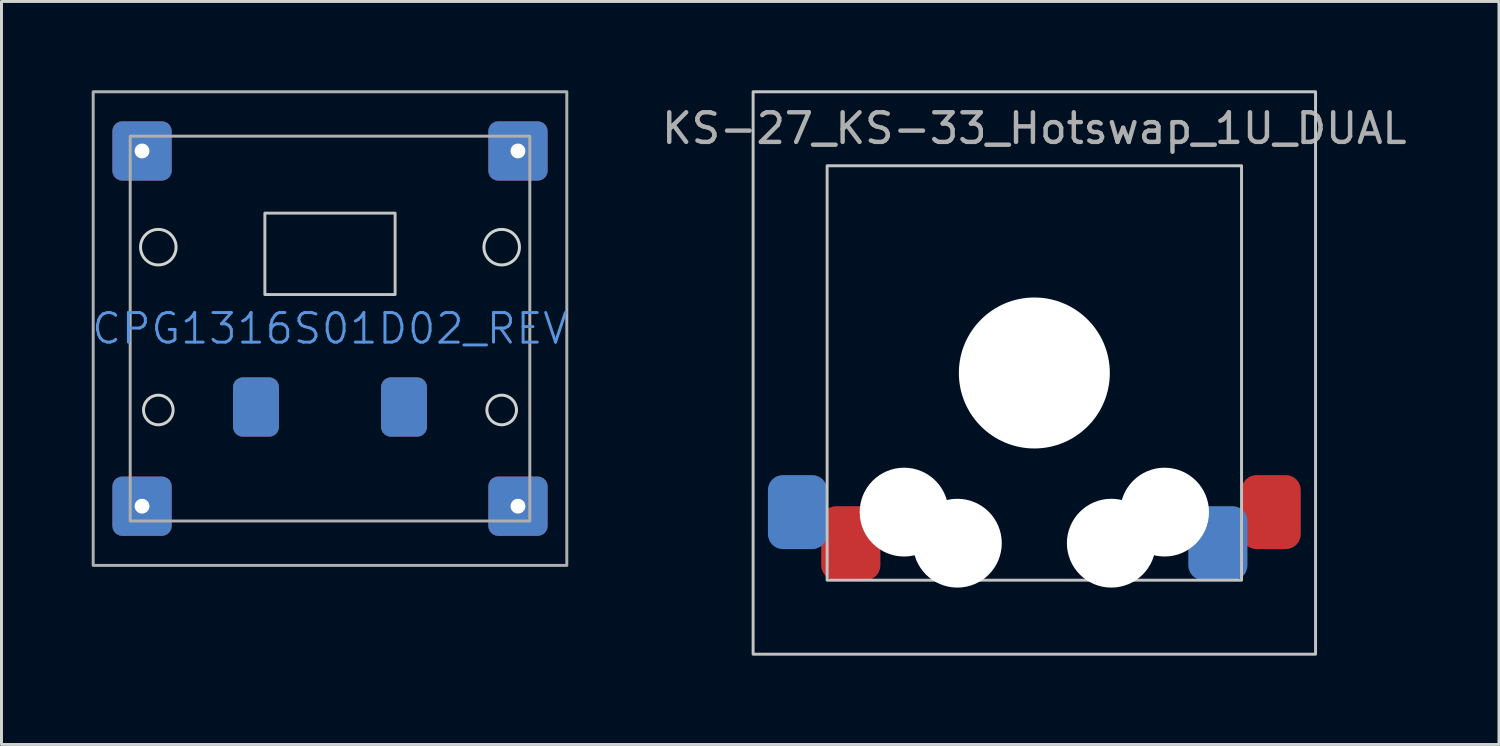
<source format=kicad_pcb>
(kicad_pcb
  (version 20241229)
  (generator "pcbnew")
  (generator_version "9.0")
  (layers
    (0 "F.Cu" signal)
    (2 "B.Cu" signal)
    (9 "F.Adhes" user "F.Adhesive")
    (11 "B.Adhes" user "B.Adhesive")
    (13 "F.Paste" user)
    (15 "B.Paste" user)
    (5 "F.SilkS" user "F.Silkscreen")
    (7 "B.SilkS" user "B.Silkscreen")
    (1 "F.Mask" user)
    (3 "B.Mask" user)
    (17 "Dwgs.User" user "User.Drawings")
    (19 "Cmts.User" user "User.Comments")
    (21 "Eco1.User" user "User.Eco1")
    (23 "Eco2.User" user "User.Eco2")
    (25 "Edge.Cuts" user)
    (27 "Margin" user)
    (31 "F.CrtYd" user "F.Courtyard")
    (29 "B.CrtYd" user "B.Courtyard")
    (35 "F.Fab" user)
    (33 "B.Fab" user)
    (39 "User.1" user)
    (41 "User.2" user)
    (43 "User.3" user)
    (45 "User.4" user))
  (footprint "CPG1316S01D02_REV"
    (layer "F.Cu")
    (at 8.098 8.05)
    (property "Reference" "CPG1316S01D02_REV" (at 0 0 0) (unlocked yes) (layer "Cmts.User") (effects (font (size 1 1) (thickness 0.1))))
    (attr smd)
    (fp_poly (pts (xy 2.2 -1.15) (xy -2.2 -1.15) (xy -2.2 -3.9) (xy 2.2 -3.9) (xy 2.2 -3.5)) (stroke (width 0.1) (type solid)) (fill no) (layer "Dwgs.User"))
    (fp_circle (center -5.8 -2.75) (end -6.4 -2.75) (stroke (width 0.1) (type default)) (fill no) (layer "Edge.Cuts"))
    (fp_circle (center -5.8 2.75) (end -5.3 2.75) (stroke (width 0.1) (type default)) (fill no) (layer "Edge.Cuts"))
    (fp_circle (center 5.8 -2.75) (end 6.4 -2.75) (stroke (width 0.1) (type default)) (fill no) (layer "Edge.Cuts"))
    (fp_circle (center 5.8 2.75) (end 5.3 2.75) (stroke (width 0.1) (type default)) (fill no) (layer "Edge.Cuts"))
    (fp_rect (start -8 8) (end 8 -8) (stroke (width 0.1) (type default)) (fill no) (layer "F.Fab"))
    (fp_rect (start -6.75 -6.5) (end 6.75 6.5) (stroke (width 0.1) (type default)) (fill no) (layer "F.Fab"))
    (pad "1" smd roundrect (at -2.5 2.65) (size 1.55 2) (layers "F.Cu" "F.Mask" "F.Paste") (roundrect_rratio 0.21))
    (pad "1" smd roundrect (at -2.5 2.65) (size 1.55 2) (layers "B.Cu" "B.Mask" "B.Paste") (roundrect_rratio 0.21))
    (pad "2" smd roundrect (at 2.5 2.65) (size 1.55 2) (layers "F.Cu" "F.Mask" "F.Paste") (roundrect_rratio 0.21))
    (pad "2" smd roundrect (at 2.5 2.65) (size 1.55 2) (layers "B.Cu" "B.Mask" "B.Paste") (roundrect_rratio 0.21))
    (pad "3" thru_hole roundrect (at -6.35 -6) (size 2 2) (drill 0.5) (layers "*.Cu" "*.Mask") (roundrect_rratio 0.163))
    (pad "3" thru_hole roundrect (at -6.35 6) (size 2 2) (drill 0.5) (layers "*.Cu" "*.Mask") (roundrect_rratio 0.163))
    (pad "3" thru_hole roundrect (at 6.35 -6) (size 2 2) (drill 0.5) (layers "*.Cu" "*.Mask") (roundrect_rratio 0.163))
    (pad "3" thru_hole roundrect (at 6.35 6) (size 2 2) (drill 0.5) (layers "*.Cu" "*.Mask") (roundrect_rratio 0.163)))
  (footprint "KS-27_KS-33_Hotswap_1U_DUAL"
    (layer "F.Cu")
    (at 31.892 9.55)
    (property "Reference" "KS-27_KS-33_Hotswap_1U_DUAL" (at 0 -8.262 0) (unlocked yes) (layer "F.Fab") (effects (font (size 1 1) (thickness 0.15))))
    (attr smd)
    (fp_rect (start -9.5 -9.5) (end 9.5 9.5) (stroke (width 0.1) (type default)) (fill no) (layer "Dwgs.User"))
    (fp_rect (start -7 -7) (end 7 7) (stroke (width 0.1) (type default)) (fill no) (layer "Dwgs.User"))
    (pad "" np_thru_hole circle (at -4.4 4.7) (size 3 3) (drill 3) (layers "*.Cu" "*.Mask"))
    (pad "" np_thru_hole circle (at -2.6 5.75) (size 3 3) (drill 3) (layers "*.Cu" "*.Mask"))
    (pad "" np_thru_hole circle (at 0 0) (size 5.1 5.1) (drill 5.1) (layers "*.Cu" "*.Mask"))
    (pad "" np_thru_hole circle (at 2.6 5.75) (size 3 3) (drill 3) (layers "*.Cu" "*.Mask"))
    (pad "" np_thru_hole circle (at 4.4 4.7) (size 3 3) (drill 3) (layers "*.Cu" "*.Mask"))
    (pad "1" smd roundrect (at -8 4.7) (size 2 2.5) (layers "B.Cu" "B.Mask" "B.Paste") (roundrect_rratio 0.25))
    (pad "1" smd roundrect (at -6.2 5.75) (size 2 2.5) (layers "F.Cu" "F.Mask" "F.Paste") (roundrect_rratio 0.25))
    (pad "2" smd roundrect (at 6.2 5.75) (size 2 2.5) (layers "B.Cu" "B.Mask" "B.Paste") (roundrect_rratio 0.25))
    (pad "2" smd roundrect (at 8 4.7) (size 2 2.5) (layers "F.Cu" "F.Mask" "F.Paste") (roundrect_rratio 0.25)))
  (gr_rect
    (start -3 -3)
    (end 47.588 22.1)
    (stroke (width 0.1) (type default))
    (fill no)
    (layer "Edge.Cuts")))
</source>
